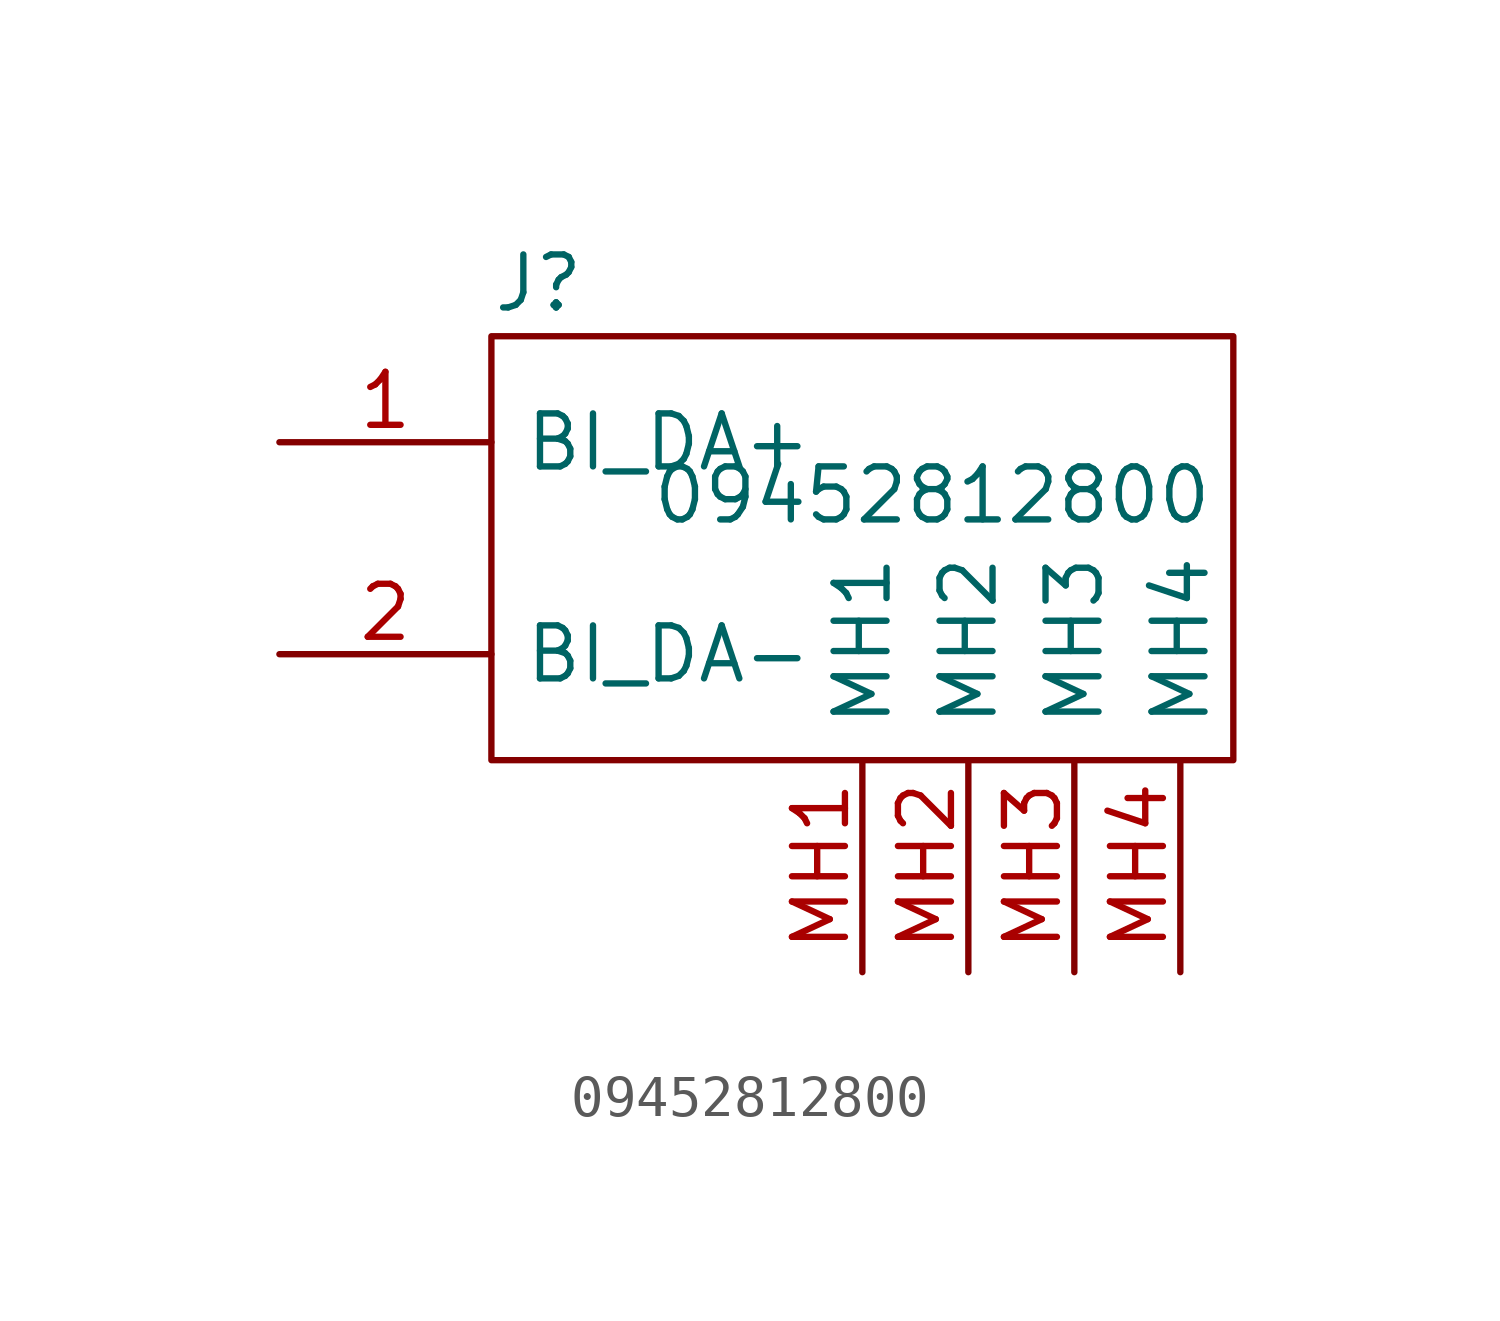
<source format=kicad_sym>
(kicad_symbol_lib
  (version 20211014)
  (generator kicad_symbol_editor)
  (symbol "09452812800"
    (pin_names
      (offset 0.762))
    (property "Reference" "J"
      (at -10.16 6.35 0)
      (effects (font (size 1.27 1.27)) (justify left)))
    (property "Value" "09452812800"
      (at -6.35 1.27 0)
      (effects (font (size 1.27 1.27)) (justify left)))
    (symbol "09452812800_0_0"
      (pin passive line (at -15.24 2.54 0) (length 5.08) (name "BI_DA+" (effects (font (size 1.27 1.27)))) (number "1" (effects (font (size 1.27 1.27)))))
      (pin passive line (at -15.24 -2.54 0) (length 5.08) (name "BI_DA-" (effects (font (size 1.27 1.27)))) (number "2" (effects (font (size 1.27 1.27)))))
      (pin passive line (at -1.27 -10.16 90) (length 5.08) (name "MH1" (effects (font (size 1.27 1.27)))) (number "MH1" (effects (font (size 1.27 1.27)))))
      (pin passive line (at 1.27 -10.16 90) (length 5.08) (name "MH2" (effects (font (size 1.27 1.27)))) (number "MH2" (effects (font (size 1.27 1.27)))))
      (pin passive line (at 3.81 -10.16 90) (length 5.08) (name "MH3" (effects (font (size 1.27 1.27)))) (number "MH3" (effects (font (size 1.27 1.27)))))
      (pin passive line (at 6.35 -10.16 90) (length 5.08) (name "MH4" (effects (font (size 1.27 1.27)))) (number "MH4" (effects (font (size 1.27 1.27))))))
    (symbol "09452812800_0_1"
      (polyline (pts (xy -10.16 5.08) (xy 7.62 5.08) (xy 7.62 -5.08) (xy -10.16 -5.08) (xy -10.16 5.08)) (stroke (width 0.152) (type default) (color 0 0 0 0)) (fill (type none))))))
</source>
